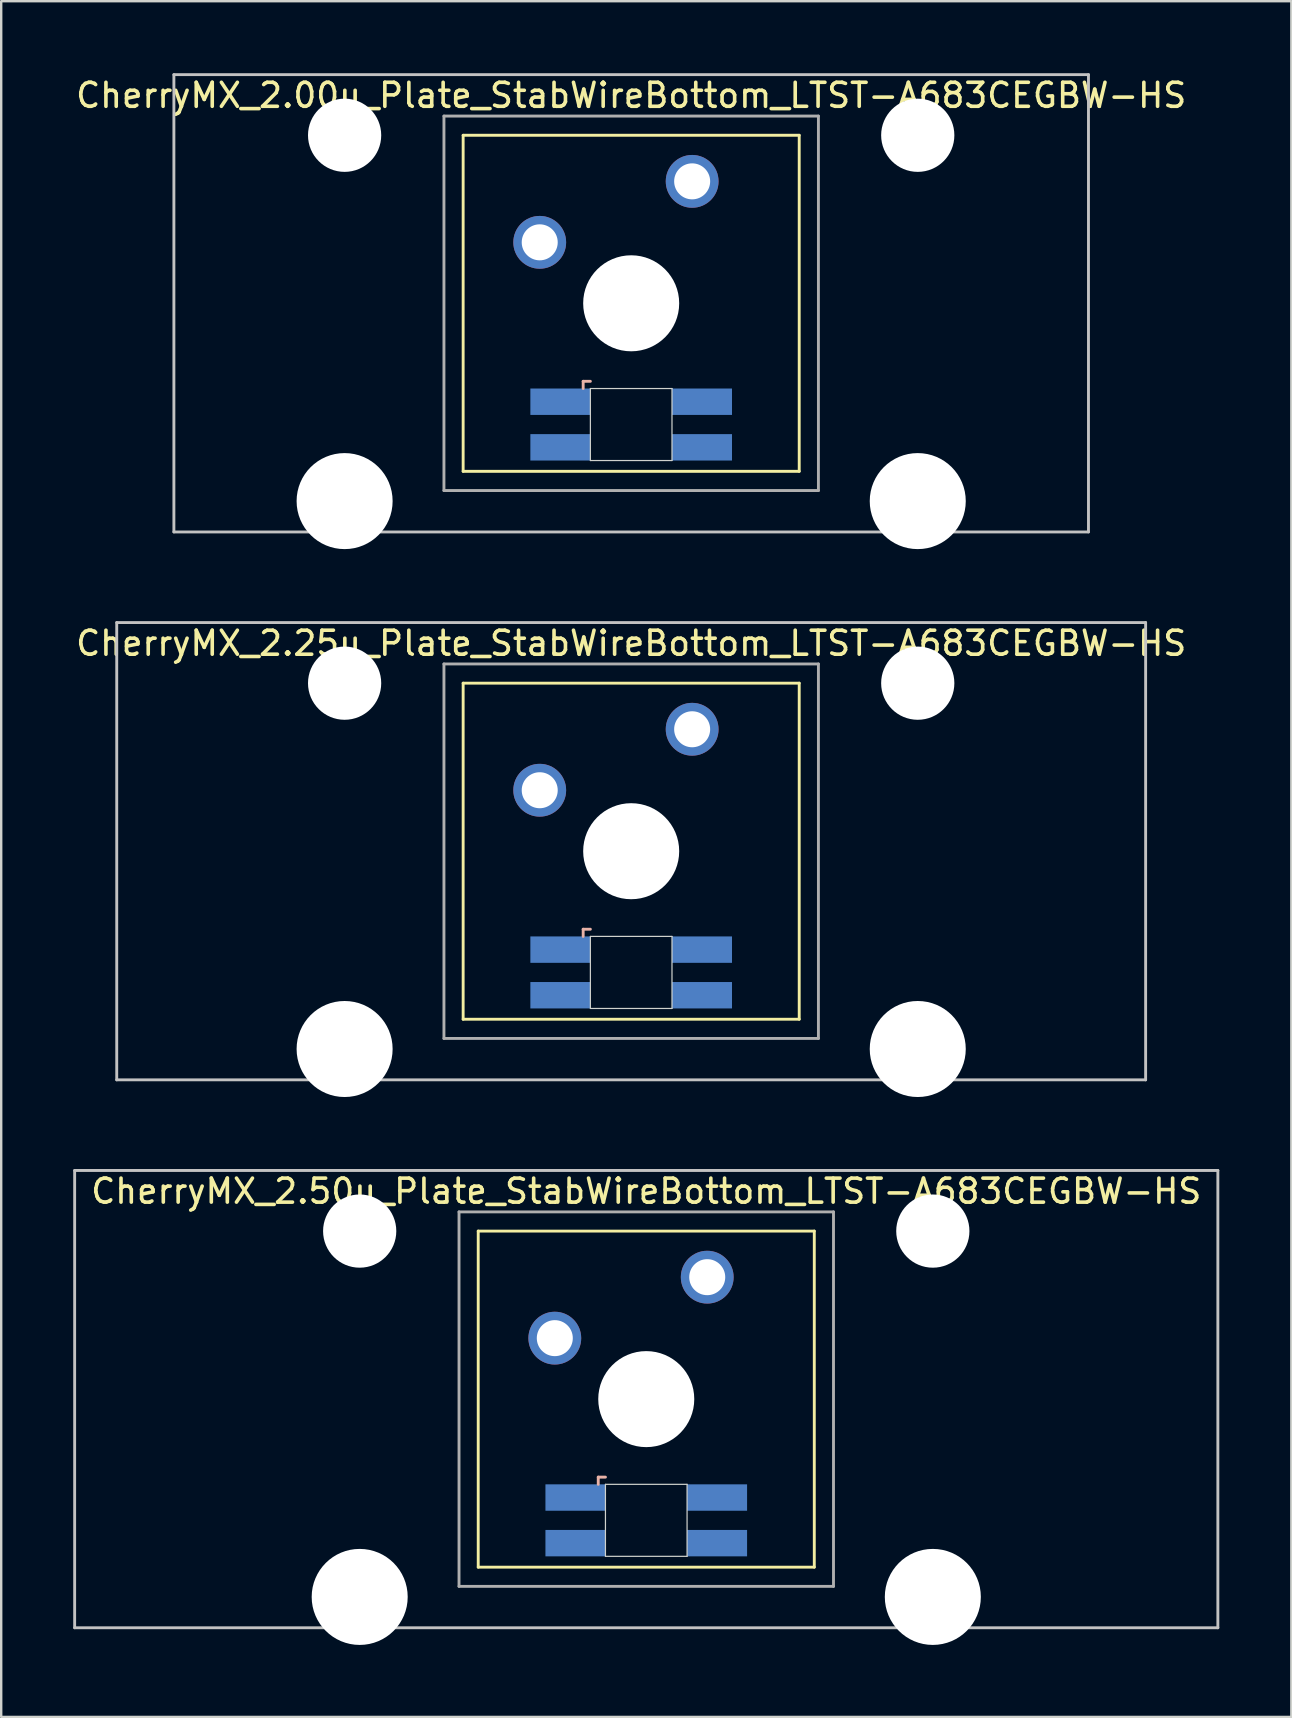
<source format=kicad_pcb>
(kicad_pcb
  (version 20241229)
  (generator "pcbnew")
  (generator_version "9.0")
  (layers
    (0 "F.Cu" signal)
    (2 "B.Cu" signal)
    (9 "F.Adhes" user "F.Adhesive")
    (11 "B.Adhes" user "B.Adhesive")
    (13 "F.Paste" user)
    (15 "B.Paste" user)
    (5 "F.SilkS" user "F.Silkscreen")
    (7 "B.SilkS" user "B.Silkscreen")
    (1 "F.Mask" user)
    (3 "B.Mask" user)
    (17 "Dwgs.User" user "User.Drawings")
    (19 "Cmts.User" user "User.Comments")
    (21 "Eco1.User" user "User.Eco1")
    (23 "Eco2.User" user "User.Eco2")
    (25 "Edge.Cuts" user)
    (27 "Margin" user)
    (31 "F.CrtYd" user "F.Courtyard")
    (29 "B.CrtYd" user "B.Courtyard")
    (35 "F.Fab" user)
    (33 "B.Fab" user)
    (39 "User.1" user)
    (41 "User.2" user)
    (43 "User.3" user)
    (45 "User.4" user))
  (footprint "CherryMX_2.00u_Plate_StabWireBottom_LTST-A683CEGBW-HS"
    (layer "F.Cu")
    (at 23.244 9.585)
    (property "Reference" "CherryMX_2.00u_Plate_StabWireBottom_LTST-A683CEGBW-HS" (at 0 -8.662 0) (layer "F.SilkS") (effects (font (size 1 1) (thickness 0.15))))
    (attr through_hole)
    (fp_line (start -7 -7) (end -7 7) (stroke (width 0.12) (type solid)) (layer "F.SilkS"))
    (fp_line (start -7 -7) (end 7 -7) (stroke (width 0.12) (type solid)) (layer "F.SilkS"))
    (fp_line (start 7 -7) (end 7 7) (stroke (width 0.12) (type solid)) (layer "F.SilkS"))
    (fp_line (start 7 7) (end -7 7) (stroke (width 0.12) (type solid)) (layer "F.SilkS"))
    (fp_line (start -2 3.25) (end -2 3.55) (stroke (width 0.12) (type solid)) (layer "B.SilkS"))
    (fp_line (start -1.7 3.25) (end -2 3.25) (stroke (width 0.12) (type solid)) (layer "B.SilkS"))
    (fp_line (start -19.05 -9.525) (end 19.05 -9.525) (stroke (width 0.12) (type solid)) (layer "Dwgs.User"))
    (fp_line (start -19.05 9.525) (end -19.05 -9.525) (stroke (width 0.12) (type solid)) (layer "Dwgs.User"))
    (fp_line (start 19.05 -9.525) (end 19.05 9.525) (stroke (width 0.12) (type solid)) (layer "Dwgs.User"))
    (fp_line (start 19.05 9.525) (end -19.05 9.525) (stroke (width 0.12) (type solid)) (layer "Dwgs.User"))
    (fp_line (start -1.7 3.55) (end 1.7 3.55) (stroke (width 0.05) (type solid)) (layer "Edge.Cuts"))
    (fp_line (start -1.7 6.55) (end -1.7 3.55) (stroke (width 0.05) (type solid)) (layer "Edge.Cuts"))
    (fp_line (start 1.7 3.55) (end 1.7 6.55) (stroke (width 0.05) (type solid)) (layer "Edge.Cuts"))
    (fp_line (start 1.7 6.55) (end -1.7 6.55) (stroke (width 0.05) (type solid)) (layer "Edge.Cuts"))
    (fp_line (start -7.8 -7.8) (end -7.8 7.8) (stroke (width 0.12) (type solid)) (layer "F.Fab"))
    (fp_line (start -7.8 -7.8) (end 7.8 -7.8) (stroke (width 0.12) (type solid)) (layer "F.Fab"))
    (fp_line (start -7.8 7.8) (end 7.8 7.8) (stroke (width 0.12) (type solid)) (layer "F.Fab"))
    (fp_line (start 7.8 -7.8) (end 7.8 7.8) (stroke (width 0.12) (type solid)) (layer "F.Fab"))
    (pad "" np_thru_hole circle (at -11.938 -7) (size 3.05 3.05) (drill 3.05) (layers "*.Cu" "*.Mask"))
    (pad "" np_thru_hole circle (at -11.938 8.24) (size 4 4) (drill 4) (layers "*.Cu" "*.Mask"))
    (pad "" np_thru_hole circle (at 0 0) (size 4 4) (drill 4) (layers "*.Cu" "*.Mask"))
    (pad "" np_thru_hole circle (at 11.938 -7) (size 3.05 3.05) (drill 3.05) (layers "*.Cu" "*.Mask"))
    (pad "" np_thru_hole circle (at 11.938 8.24) (size 4 4) (drill 4) (layers "*.Cu" "*.Mask"))
    (pad "1" thru_hole circle (at -3.81 -2.54) (size 2.2 2.2) (drill 1.5) (layers "*.Cu" "*.Mask"))
    (pad "2" thru_hole circle (at 2.54 -5.08) (size 2.2 2.2) (drill 1.5) (layers "*.Cu" "*.Mask"))
    (pad "3" smd rect (at -2.95 4.1) (size 2.5 1.1) (layers "B.Cu" "B.Mask" "B.Paste"))
    (pad "4" smd rect (at -2.95 6) (size 2.5 1.1) (layers "B.Cu" "B.Mask" "B.Paste"))
    (pad "5" smd rect (at 2.95 4.1) (size 2.5 1.1) (layers "B.Cu" "B.Mask" "B.Paste"))
    (pad "6" smd rect (at 2.95 6) (size 2.5 1.1) (layers "B.Cu" "B.Mask" "B.Paste")))
  (footprint "CherryMX_2.50u_Plate_StabWireBottom_LTST-A683CEGBW-HS"
    (layer "F.Cu")
    (at 23.872 55.235)
    (property "Reference" "CherryMX_2.50u_Plate_StabWireBottom_LTST-A683CEGBW-HS" (at 0 -8.662 0) (layer "F.SilkS") (effects (font (size 1 1) (thickness 0.15))))
    (attr through_hole)
    (fp_line (start -7 -7) (end -7 7) (stroke (width 0.12) (type solid)) (layer "F.SilkS"))
    (fp_line (start -7 -7) (end 7 -7) (stroke (width 0.12) (type solid)) (layer "F.SilkS"))
    (fp_line (start 7 -7) (end 7 7) (stroke (width 0.12) (type solid)) (layer "F.SilkS"))
    (fp_line (start 7 7) (end -7 7) (stroke (width 0.12) (type solid)) (layer "F.SilkS"))
    (fp_line (start -2 3.25) (end -2 3.55) (stroke (width 0.12) (type solid)) (layer "B.SilkS"))
    (fp_line (start -1.7 3.25) (end -2 3.25) (stroke (width 0.12) (type solid)) (layer "B.SilkS"))
    (fp_line (start -23.812 -9.525) (end 23.812 -9.525) (stroke (width 0.12) (type solid)) (layer "Dwgs.User"))
    (fp_line (start -23.812 9.525) (end -23.812 -9.525) (stroke (width 0.12) (type solid)) (layer "Dwgs.User"))
    (fp_line (start 23.812 -9.525) (end 23.812 9.525) (stroke (width 0.12) (type solid)) (layer "Dwgs.User"))
    (fp_line (start 23.812 9.525) (end -23.812 9.525) (stroke (width 0.12) (type solid)) (layer "Dwgs.User"))
    (fp_line (start -1.7 3.55) (end 1.7 3.55) (stroke (width 0.05) (type solid)) (layer "Edge.Cuts"))
    (fp_line (start -1.7 6.55) (end -1.7 3.55) (stroke (width 0.05) (type solid)) (layer "Edge.Cuts"))
    (fp_line (start 1.7 3.55) (end 1.7 6.55) (stroke (width 0.05) (type solid)) (layer "Edge.Cuts"))
    (fp_line (start 1.7 6.55) (end -1.7 6.55) (stroke (width 0.05) (type solid)) (layer "Edge.Cuts"))
    (fp_line (start -7.8 -7.8) (end -7.8 7.8) (stroke (width 0.12) (type solid)) (layer "F.Fab"))
    (fp_line (start -7.8 -7.8) (end 7.8 -7.8) (stroke (width 0.12) (type solid)) (layer "F.Fab"))
    (fp_line (start -7.8 7.8) (end 7.8 7.8) (stroke (width 0.12) (type solid)) (layer "F.Fab"))
    (fp_line (start 7.8 -7.8) (end 7.8 7.8) (stroke (width 0.12) (type solid)) (layer "F.Fab"))
    (pad "" np_thru_hole circle (at -11.938 -7) (size 3.05 3.05) (drill 3.05) (layers "*.Cu" "*.Mask"))
    (pad "" np_thru_hole circle (at -11.938 8.24) (size 4 4) (drill 4) (layers "*.Cu" "*.Mask"))
    (pad "" np_thru_hole circle (at 0 0) (size 4 4) (drill 4) (layers "*.Cu" "*.Mask"))
    (pad "" np_thru_hole circle (at 11.938 -7) (size 3.05 3.05) (drill 3.05) (layers "*.Cu" "*.Mask"))
    (pad "" np_thru_hole circle (at 11.938 8.24) (size 4 4) (drill 4) (layers "*.Cu" "*.Mask"))
    (pad "1" thru_hole circle (at -3.81 -2.54) (size 2.2 2.2) (drill 1.5) (layers "*.Cu" "*.Mask"))
    (pad "2" thru_hole circle (at 2.54 -5.08) (size 2.2 2.2) (drill 1.5) (layers "*.Cu" "*.Mask"))
    (pad "3" smd rect (at -2.95 4.1) (size 2.5 1.1) (layers "B.Cu" "B.Mask" "B.Paste"))
    (pad "4" smd rect (at -2.95 6) (size 2.5 1.1) (layers "B.Cu" "B.Mask" "B.Paste"))
    (pad "5" smd rect (at 2.95 4.1) (size 2.5 1.1) (layers "B.Cu" "B.Mask" "B.Paste"))
    (pad "6" smd rect (at 2.95 6) (size 2.5 1.1) (layers "B.Cu" "B.Mask" "B.Paste")))
  (footprint "CherryMX_2.25u_Plate_StabWireBottom_LTST-A683CEGBW-HS"
    (layer "F.Cu")
    (at 23.244 32.41)
    (property "Reference" "CherryMX_2.25u_Plate_StabWireBottom_LTST-A683CEGBW-HS" (at 0 -8.662 0) (layer "F.SilkS") (effects (font (size 1 1) (thickness 0.15))))
    (attr through_hole)
    (fp_line (start -7 -7) (end -7 7) (stroke (width 0.12) (type solid)) (layer "F.SilkS"))
    (fp_line (start -7 -7) (end 7 -7) (stroke (width 0.12) (type solid)) (layer "F.SilkS"))
    (fp_line (start 7 -7) (end 7 7) (stroke (width 0.12) (type solid)) (layer "F.SilkS"))
    (fp_line (start 7 7) (end -7 7) (stroke (width 0.12) (type solid)) (layer "F.SilkS"))
    (fp_line (start -2 3.25) (end -2 3.55) (stroke (width 0.12) (type solid)) (layer "B.SilkS"))
    (fp_line (start -1.7 3.25) (end -2 3.25) (stroke (width 0.12) (type solid)) (layer "B.SilkS"))
    (fp_line (start -21.431 -9.525) (end 21.431 -9.525) (stroke (width 0.12) (type solid)) (layer "Dwgs.User"))
    (fp_line (start -21.431 9.525) (end -21.431 -9.525) (stroke (width 0.12) (type solid)) (layer "Dwgs.User"))
    (fp_line (start 21.431 -9.525) (end 21.431 9.525) (stroke (width 0.12) (type solid)) (layer "Dwgs.User"))
    (fp_line (start 21.431 9.525) (end -21.431 9.525) (stroke (width 0.12) (type solid)) (layer "Dwgs.User"))
    (fp_line (start -1.7 3.55) (end 1.7 3.55) (stroke (width 0.05) (type solid)) (layer "Edge.Cuts"))
    (fp_line (start -1.7 6.55) (end -1.7 3.55) (stroke (width 0.05) (type solid)) (layer "Edge.Cuts"))
    (fp_line (start 1.7 3.55) (end 1.7 6.55) (stroke (width 0.05) (type solid)) (layer "Edge.Cuts"))
    (fp_line (start 1.7 6.55) (end -1.7 6.55) (stroke (width 0.05) (type solid)) (layer "Edge.Cuts"))
    (fp_line (start -7.8 -7.8) (end -7.8 7.8) (stroke (width 0.12) (type solid)) (layer "F.Fab"))
    (fp_line (start -7.8 -7.8) (end 7.8 -7.8) (stroke (width 0.12) (type solid)) (layer "F.Fab"))
    (fp_line (start -7.8 7.8) (end 7.8 7.8) (stroke (width 0.12) (type solid)) (layer "F.Fab"))
    (fp_line (start 7.8 -7.8) (end 7.8 7.8) (stroke (width 0.12) (type solid)) (layer "F.Fab"))
    (pad "" np_thru_hole circle (at -11.938 -7) (size 3.05 3.05) (drill 3.05) (layers "*.Cu" "*.Mask"))
    (pad "" np_thru_hole circle (at -11.938 8.24) (size 4 4) (drill 4) (layers "*.Cu" "*.Mask"))
    (pad "" np_thru_hole circle (at 0 0) (size 4 4) (drill 4) (layers "*.Cu" "*.Mask"))
    (pad "" np_thru_hole circle (at 11.938 -7) (size 3.05 3.05) (drill 3.05) (layers "*.Cu" "*.Mask"))
    (pad "" np_thru_hole circle (at 11.938 8.24) (size 4 4) (drill 4) (layers "*.Cu" "*.Mask"))
    (pad "1" thru_hole circle (at -3.81 -2.54) (size 2.2 2.2) (drill 1.5) (layers "*.Cu" "*.Mask"))
    (pad "2" thru_hole circle (at 2.54 -5.08) (size 2.2 2.2) (drill 1.5) (layers "*.Cu" "*.Mask"))
    (pad "3" smd rect (at -2.95 4.1) (size 2.5 1.1) (layers "B.Cu" "B.Mask" "B.Paste"))
    (pad "4" smd rect (at -2.95 6) (size 2.5 1.1) (layers "B.Cu" "B.Mask" "B.Paste"))
    (pad "5" smd rect (at 2.95 4.1) (size 2.5 1.1) (layers "B.Cu" "B.Mask" "B.Paste"))
    (pad "6" smd rect (at 2.95 6) (size 2.5 1.1) (layers "B.Cu" "B.Mask" "B.Paste")))
  (gr_rect
    (start -3 -3)
    (end 50.745 68.475)
    (stroke (width 0.1) (type default))
    (fill no)
    (layer "Edge.Cuts")))
</source>
